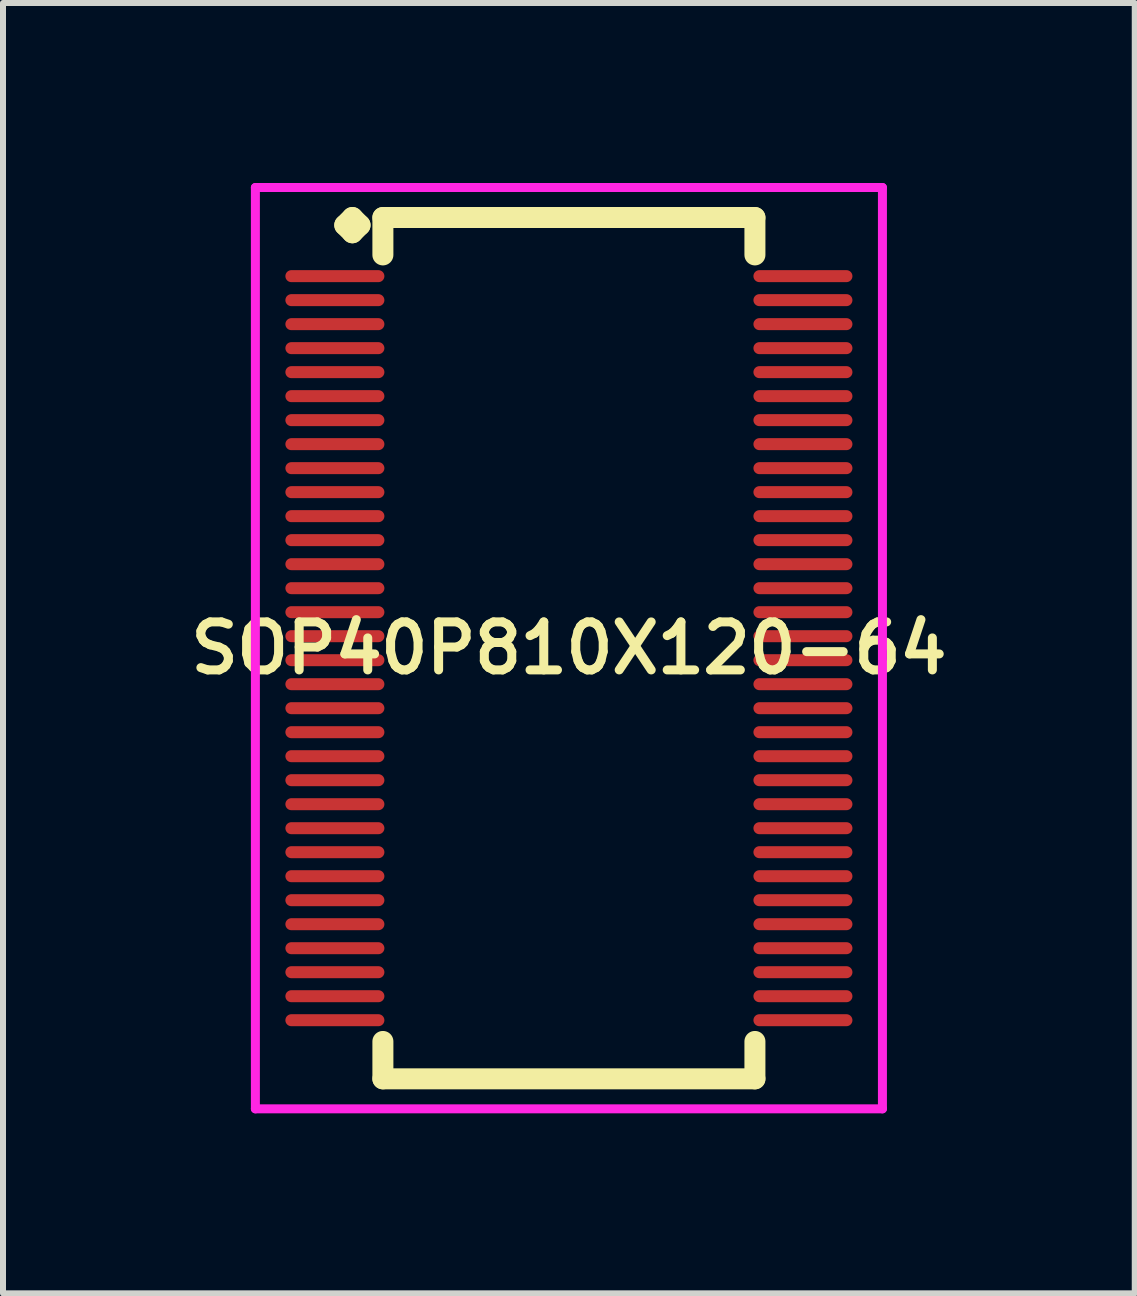
<source format=kicad_pcb>
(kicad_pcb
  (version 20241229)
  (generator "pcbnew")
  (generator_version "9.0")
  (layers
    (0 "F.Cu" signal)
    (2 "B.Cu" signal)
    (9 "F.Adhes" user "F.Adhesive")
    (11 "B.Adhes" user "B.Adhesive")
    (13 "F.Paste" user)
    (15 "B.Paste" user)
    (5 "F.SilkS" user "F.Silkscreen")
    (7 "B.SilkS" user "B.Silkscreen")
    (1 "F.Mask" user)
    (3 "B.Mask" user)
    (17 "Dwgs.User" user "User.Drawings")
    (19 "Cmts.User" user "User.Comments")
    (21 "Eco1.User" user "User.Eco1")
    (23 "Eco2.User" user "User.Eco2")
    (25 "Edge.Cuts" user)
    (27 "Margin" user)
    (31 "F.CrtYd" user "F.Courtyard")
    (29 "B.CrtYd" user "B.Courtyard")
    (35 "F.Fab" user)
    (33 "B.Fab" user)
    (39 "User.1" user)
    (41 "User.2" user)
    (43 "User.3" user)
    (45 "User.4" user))
  (footprint "SOP40P810X120-64"
    (layer "F.Cu")
    (at 6.431 7.752)
    (property "Reference" "SOP40P810X120-64" (at 0 0 0) (layer "F.SilkS") (effects (font (size 0.8 0.8) (thickness 0.15))))
    (attr smd)
    (fp_line (start -3.735 -7.05) (end -3.608 -7.177) (stroke (width 0.35) (type solid)) (layer "F.SilkS"))
    (fp_line (start -3.608 -7.177) (end -3.481 -7.05) (stroke (width 0.35) (type solid)) (layer "F.SilkS"))
    (fp_line (start -3.608 -6.923) (end -3.735 -7.05) (stroke (width 0.35) (type solid)) (layer "F.SilkS"))
    (fp_line (start -3.481 -7.05) (end -3.608 -6.923) (stroke (width 0.35) (type solid)) (layer "F.SilkS"))
    (fp_line (start -3.1 -7.177) (end 3.1 -7.177) (stroke (width 0.35) (type solid)) (layer "F.SilkS"))
    (fp_line (start -3.1 -6.554) (end -3.1 -7.177) (stroke (width 0.35) (type solid)) (layer "F.SilkS"))
    (fp_line (start -3.1 6.554) (end -3.1 7.177) (stroke (width 0.35) (type solid)) (layer "F.SilkS"))
    (fp_line (start -3.1 7.177) (end 3.1 7.177) (stroke (width 0.35) (type solid)) (layer "F.SilkS"))
    (fp_line (start 3.1 -7.177) (end 3.1 -6.554) (stroke (width 0.35) (type solid)) (layer "F.SilkS"))
    (fp_line (start 3.1 7.177) (end 3.1 6.554) (stroke (width 0.35) (type solid)) (layer "F.SilkS"))
    (fp_line (start -5.225 -7.677) (end 5.225 -7.677) (stroke (width 0.15) (type solid)) (layer "F.CrtYd"))
    (fp_line (start -5.225 7.677) (end -5.225 -7.677) (stroke (width 0.15) (type solid)) (layer "F.CrtYd"))
    (fp_line (start 5.225 -7.677) (end 5.225 7.677) (stroke (width 0.15) (type solid)) (layer "F.CrtYd"))
    (fp_line (start 5.225 7.677) (end -5.225 7.677) (stroke (width 0.15) (type solid)) (layer "F.CrtYd"))
    (pad "1" smd oval (at -3.9 -6.2) (size 1.65 0.2) (layers "F.Cu" "F.Mask" "F.Paste"))
    (pad "2" smd oval (at -3.9 -5.8) (size 1.65 0.2) (layers "F.Cu" "F.Mask" "F.Paste"))
    (pad "3" smd oval (at -3.9 -5.4) (size 1.65 0.2) (layers "F.Cu" "F.Mask" "F.Paste"))
    (pad "4" smd oval (at -3.9 -5) (size 1.65 0.2) (layers "F.Cu" "F.Mask" "F.Paste"))
    (pad "5" smd oval (at -3.9 -4.6) (size 1.65 0.2) (layers "F.Cu" "F.Mask" "F.Paste"))
    (pad "6" smd oval (at -3.9 -4.2) (size 1.65 0.2) (layers "F.Cu" "F.Mask" "F.Paste"))
    (pad "7" smd oval (at -3.9 -3.8) (size 1.65 0.2) (layers "F.Cu" "F.Mask" "F.Paste"))
    (pad "8" smd oval (at -3.9 -3.4) (size 1.65 0.2) (layers "F.Cu" "F.Mask" "F.Paste"))
    (pad "9" smd oval (at -3.9 -3) (size 1.65 0.2) (layers "F.Cu" "F.Mask" "F.Paste"))
    (pad "10" smd oval (at -3.9 -2.6) (size 1.65 0.2) (layers "F.Cu" "F.Mask" "F.Paste"))
    (pad "11" smd oval (at -3.9 -2.2) (size 1.65 0.2) (layers "F.Cu" "F.Mask" "F.Paste"))
    (pad "12" smd oval (at -3.9 -1.8) (size 1.65 0.2) (layers "F.Cu" "F.Mask" "F.Paste"))
    (pad "13" smd oval (at -3.9 -1.4) (size 1.65 0.2) (layers "F.Cu" "F.Mask" "F.Paste"))
    (pad "14" smd oval (at -3.9 -1) (size 1.65 0.2) (layers "F.Cu" "F.Mask" "F.Paste"))
    (pad "15" smd oval (at -3.9 -0.6) (size 1.65 0.2) (layers "F.Cu" "F.Mask" "F.Paste"))
    (pad "16" smd oval (at -3.9 -0.2) (size 1.65 0.2) (layers "F.Cu" "F.Mask" "F.Paste"))
    (pad "17" smd oval (at -3.9 0.2) (size 1.65 0.2) (layers "F.Cu" "F.Mask" "F.Paste"))
    (pad "18" smd oval (at -3.9 0.6) (size 1.65 0.2) (layers "F.Cu" "F.Mask" "F.Paste"))
    (pad "19" smd oval (at -3.9 1) (size 1.65 0.2) (layers "F.Cu" "F.Mask" "F.Paste"))
    (pad "20" smd oval (at -3.9 1.4) (size 1.65 0.2) (layers "F.Cu" "F.Mask" "F.Paste"))
    (pad "21" smd oval (at -3.9 1.8) (size 1.65 0.2) (layers "F.Cu" "F.Mask" "F.Paste"))
    (pad "22" smd oval (at -3.9 2.2) (size 1.65 0.2) (layers "F.Cu" "F.Mask" "F.Paste"))
    (pad "23" smd oval (at -3.9 2.6) (size 1.65 0.2) (layers "F.Cu" "F.Mask" "F.Paste"))
    (pad "24" smd oval (at -3.9 3) (size 1.65 0.2) (layers "F.Cu" "F.Mask" "F.Paste"))
    (pad "25" smd oval (at -3.9 3.4) (size 1.65 0.2) (layers "F.Cu" "F.Mask" "F.Paste"))
    (pad "26" smd oval (at -3.9 3.8) (size 1.65 0.2) (layers "F.Cu" "F.Mask" "F.Paste"))
    (pad "27" smd oval (at -3.9 4.2) (size 1.65 0.2) (layers "F.Cu" "F.Mask" "F.Paste"))
    (pad "28" smd oval (at -3.9 4.6) (size 1.65 0.2) (layers "F.Cu" "F.Mask" "F.Paste"))
    (pad "29" smd oval (at -3.9 5) (size 1.65 0.2) (layers "F.Cu" "F.Mask" "F.Paste"))
    (pad "30" smd oval (at -3.9 5.4) (size 1.65 0.2) (layers "F.Cu" "F.Mask" "F.Paste"))
    (pad "31" smd oval (at -3.9 5.8) (size 1.65 0.2) (layers "F.Cu" "F.Mask" "F.Paste"))
    (pad "32" smd oval (at -3.9 6.2) (size 1.65 0.2) (layers "F.Cu" "F.Mask" "F.Paste"))
    (pad "33" smd oval (at 3.9 6.2) (size 1.65 0.2) (layers "F.Cu" "F.Mask" "F.Paste"))
    (pad "34" smd oval (at 3.9 5.8) (size 1.65 0.2) (layers "F.Cu" "F.Mask" "F.Paste"))
    (pad "35" smd oval (at 3.9 5.4) (size 1.65 0.2) (layers "F.Cu" "F.Mask" "F.Paste"))
    (pad "36" smd oval (at 3.9 5) (size 1.65 0.2) (layers "F.Cu" "F.Mask" "F.Paste"))
    (pad "37" smd oval (at 3.9 4.6) (size 1.65 0.2) (layers "F.Cu" "F.Mask" "F.Paste"))
    (pad "38" smd oval (at 3.9 4.2) (size 1.65 0.2) (layers "F.Cu" "F.Mask" "F.Paste"))
    (pad "39" smd oval (at 3.9 3.8) (size 1.65 0.2) (layers "F.Cu" "F.Mask" "F.Paste"))
    (pad "40" smd oval (at 3.9 3.4) (size 1.65 0.2) (layers "F.Cu" "F.Mask" "F.Paste"))
    (pad "41" smd oval (at 3.9 3) (size 1.65 0.2) (layers "F.Cu" "F.Mask" "F.Paste"))
    (pad "42" smd oval (at 3.9 2.6) (size 1.65 0.2) (layers "F.Cu" "F.Mask" "F.Paste"))
    (pad "43" smd oval (at 3.9 2.2) (size 1.65 0.2) (layers "F.Cu" "F.Mask" "F.Paste"))
    (pad "44" smd oval (at 3.9 1.8) (size 1.65 0.2) (layers "F.Cu" "F.Mask" "F.Paste"))
    (pad "45" smd oval (at 3.9 1.4) (size 1.65 0.2) (layers "F.Cu" "F.Mask" "F.Paste"))
    (pad "46" smd oval (at 3.9 1) (size 1.65 0.2) (layers "F.Cu" "F.Mask" "F.Paste"))
    (pad "47" smd oval (at 3.9 0.6) (size 1.65 0.2) (layers "F.Cu" "F.Mask" "F.Paste"))
    (pad "48" smd oval (at 3.9 0.2) (size 1.65 0.2) (layers "F.Cu" "F.Mask" "F.Paste"))
    (pad "49" smd oval (at 3.9 -0.2) (size 1.65 0.2) (layers "F.Cu" "F.Mask" "F.Paste"))
    (pad "50" smd oval (at 3.9 -0.6) (size 1.65 0.2) (layers "F.Cu" "F.Mask" "F.Paste"))
    (pad "51" smd oval (at 3.9 -1) (size 1.65 0.2) (layers "F.Cu" "F.Mask" "F.Paste"))
    (pad "52" smd oval (at 3.9 -1.4) (size 1.65 0.2) (layers "F.Cu" "F.Mask" "F.Paste"))
    (pad "53" smd oval (at 3.9 -1.8) (size 1.65 0.2) (layers "F.Cu" "F.Mask" "F.Paste"))
    (pad "54" smd oval (at 3.9 -2.2) (size 1.65 0.2) (layers "F.Cu" "F.Mask" "F.Paste"))
    (pad "55" smd oval (at 3.9 -2.6) (size 1.65 0.2) (layers "F.Cu" "F.Mask" "F.Paste"))
    (pad "56" smd oval (at 3.9 -3) (size 1.65 0.2) (layers "F.Cu" "F.Mask" "F.Paste"))
    (pad "57" smd oval (at 3.9 -3.4) (size 1.65 0.2) (layers "F.Cu" "F.Mask" "F.Paste"))
    (pad "58" smd oval (at 3.9 -3.8) (size 1.65 0.2) (layers "F.Cu" "F.Mask" "F.Paste"))
    (pad "59" smd oval (at 3.9 -4.2) (size 1.65 0.2) (layers "F.Cu" "F.Mask" "F.Paste"))
    (pad "60" smd oval (at 3.9 -4.6) (size 1.65 0.2) (layers "F.Cu" "F.Mask" "F.Paste"))
    (pad "61" smd oval (at 3.9 -5) (size 1.65 0.2) (layers "F.Cu" "F.Mask" "F.Paste"))
    (pad "62" smd oval (at 3.9 -5.4) (size 1.65 0.2) (layers "F.Cu" "F.Mask" "F.Paste"))
    (pad "63" smd oval (at 3.9 -5.8) (size 1.65 0.2) (layers "F.Cu" "F.Mask" "F.Paste"))
    (pad "64" smd oval (at 3.9 -6.2) (size 1.65 0.2) (layers "F.Cu" "F.Mask" "F.Paste")))
  (gr_rect
    (start -3 -3)
    (end 15.861 18.504)
    (stroke (width 0.1) (type default))
    (fill no)
    (layer "Edge.Cuts")))
</source>
